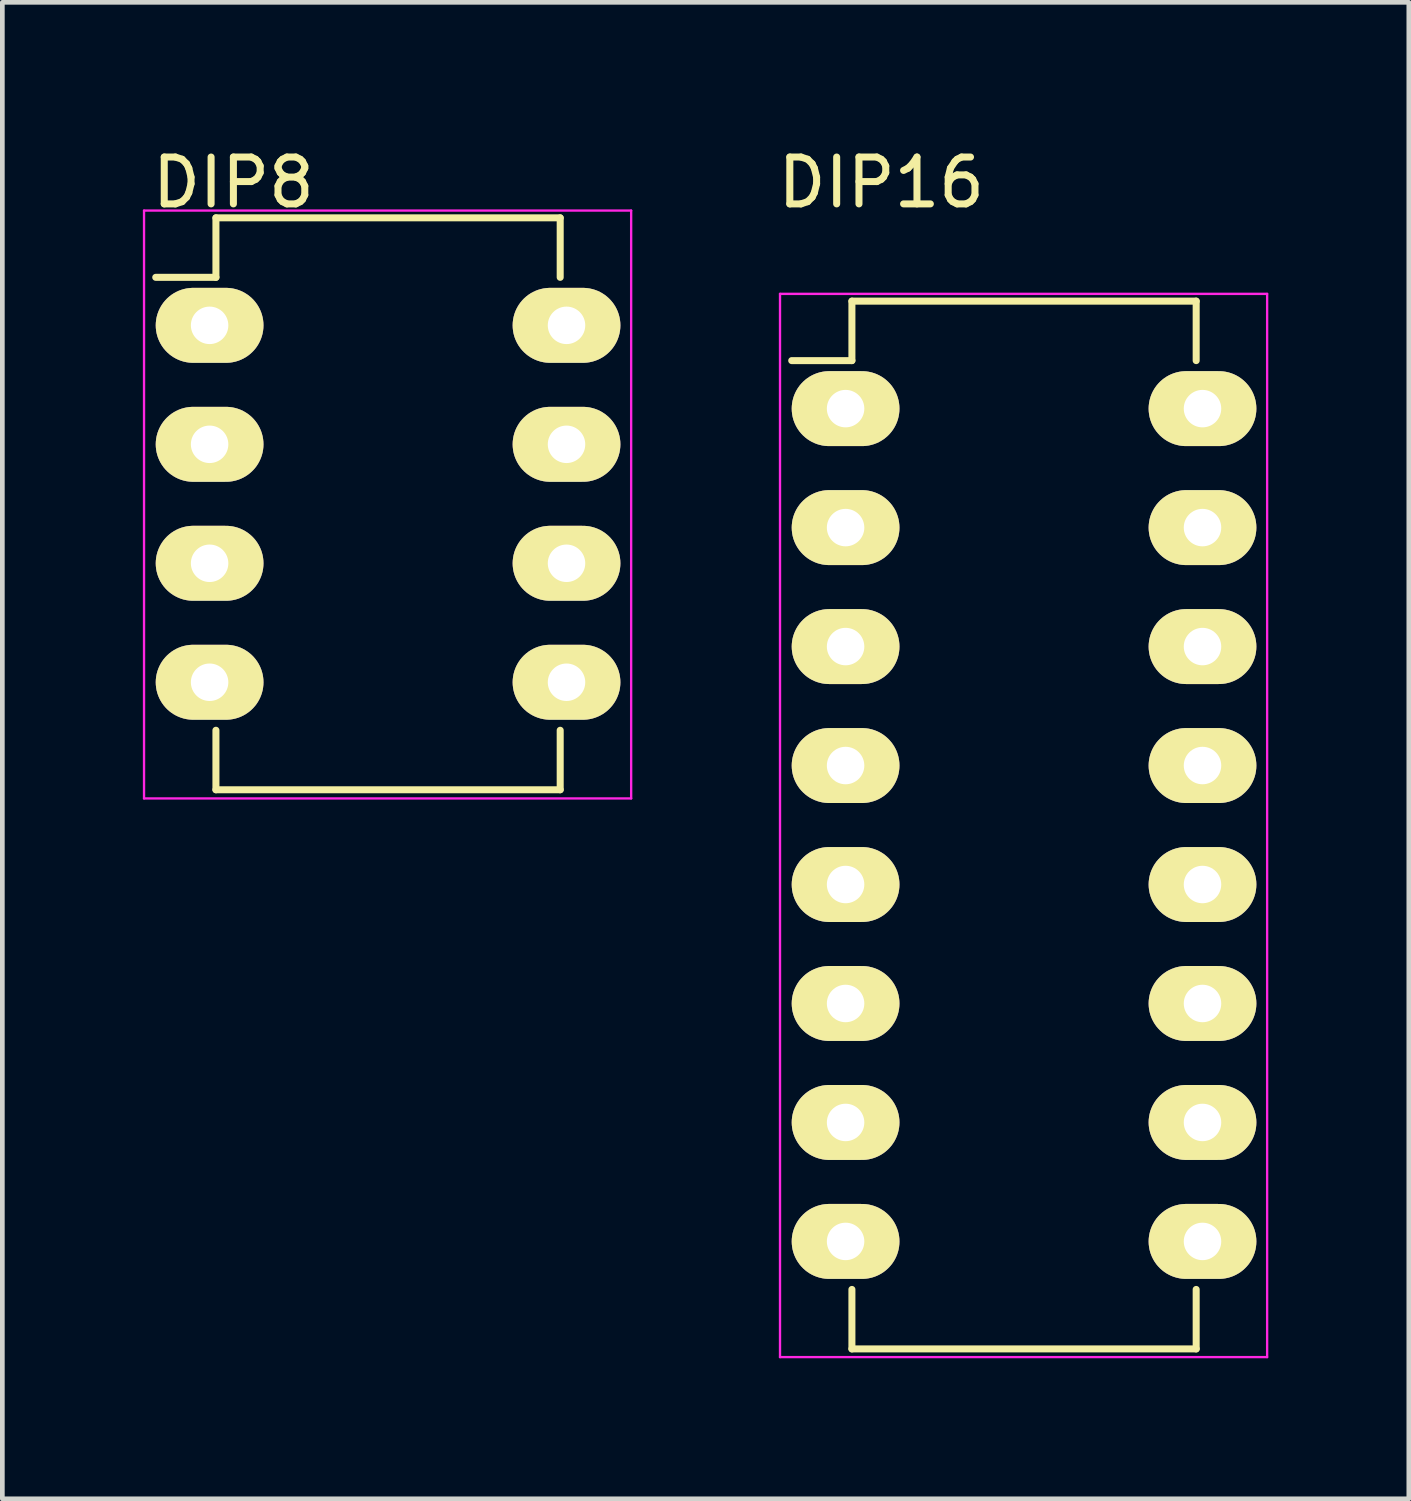
<source format=kicad_pcb>
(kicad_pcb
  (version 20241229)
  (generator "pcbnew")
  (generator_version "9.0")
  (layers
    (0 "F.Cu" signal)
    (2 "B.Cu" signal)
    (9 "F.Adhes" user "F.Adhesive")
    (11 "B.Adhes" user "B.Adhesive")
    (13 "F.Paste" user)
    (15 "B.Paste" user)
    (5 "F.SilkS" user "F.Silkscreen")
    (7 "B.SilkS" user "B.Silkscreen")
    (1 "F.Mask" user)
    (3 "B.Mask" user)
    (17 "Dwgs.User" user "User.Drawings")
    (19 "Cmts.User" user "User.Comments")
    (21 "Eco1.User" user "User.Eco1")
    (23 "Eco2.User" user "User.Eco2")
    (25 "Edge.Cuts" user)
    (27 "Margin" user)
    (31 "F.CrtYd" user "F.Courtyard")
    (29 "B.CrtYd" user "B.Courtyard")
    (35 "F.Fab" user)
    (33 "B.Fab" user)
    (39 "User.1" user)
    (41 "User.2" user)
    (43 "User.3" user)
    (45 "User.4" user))
  (footprint "DIP8"
    (layer "F.Cu")
    (at 1.425 3.896)
    (property "Reference" "DIP8" (at 0.508 -3.048 0) (layer "F.SilkS") (effects (font (size 1 1) (thickness 0.15))))
    (attr through_hole)
    (fp_line (start 0.135 -2.295) (end 0.135 -1.025) (stroke (width 0.15) (type solid)) (layer "F.SilkS"))
    (fp_line (start 0.135 -2.295) (end 7.485 -2.295) (stroke (width 0.15) (type solid)) (layer "F.SilkS"))
    (fp_line (start 0.135 -1.025) (end -1.15 -1.025) (stroke (width 0.15) (type solid)) (layer "F.SilkS"))
    (fp_line (start 0.135 9.915) (end 0.135 8.645) (stroke (width 0.15) (type solid)) (layer "F.SilkS"))
    (fp_line (start 0.135 9.915) (end 7.485 9.915) (stroke (width 0.15) (type solid)) (layer "F.SilkS"))
    (fp_line (start 7.485 -2.295) (end 7.485 -1.025) (stroke (width 0.15) (type solid)) (layer "F.SilkS"))
    (fp_line (start 7.485 9.915) (end 7.485 8.645) (stroke (width 0.15) (type solid)) (layer "F.SilkS"))
    (fp_line (start -1.4 -2.45) (end -1.4 10.1) (stroke (width 0.05) (type solid)) (layer "F.CrtYd"))
    (fp_line (start -1.4 -2.45) (end 9 -2.45) (stroke (width 0.05) (type solid)) (layer "F.CrtYd"))
    (fp_line (start -1.4 10.1) (end 9 10.1) (stroke (width 0.05) (type solid)) (layer "F.CrtYd"))
    (fp_line (start 9 -2.45) (end 9 10.1) (stroke (width 0.05) (type solid)) (layer "F.CrtYd"))
    (pad "1" thru_hole oval (at 0 0) (size 2.3 1.6) (drill 0.8) (layers "*.Cu" "*.Mask" "F.SilkS"))
    (pad "2" thru_hole oval (at 0 2.54) (size 2.3 1.6) (drill 0.8) (layers "*.Cu" "*.Mask" "F.SilkS"))
    (pad "3" thru_hole oval (at 0 5.08) (size 2.3 1.6) (drill 0.8) (layers "*.Cu" "*.Mask" "F.SilkS"))
    (pad "4" thru_hole oval (at 0 7.62) (size 2.3 1.6) (drill 0.8) (layers "*.Cu" "*.Mask" "F.SilkS"))
    (pad "5" thru_hole oval (at 7.62 7.62) (size 2.3 1.6) (drill 0.8) (layers "*.Cu" "*.Mask" "F.SilkS"))
    (pad "6" thru_hole oval (at 7.62 5.08) (size 2.3 1.6) (drill 0.8) (layers "*.Cu" "*.Mask" "F.SilkS"))
    (pad "7" thru_hole oval (at 7.62 2.54) (size 2.3 1.6) (drill 0.8) (layers "*.Cu" "*.Mask" "F.SilkS"))
    (pad "8" thru_hole oval (at 7.62 0) (size 2.3 1.6) (drill 0.8) (layers "*.Cu" "*.Mask" "F.SilkS")))
  (footprint "DIP16"
    (layer "F.Cu")
    (at 15.003 5.674)
    (property "Reference" "DIP16" (at 0.762 -4.826 0) (layer "F.SilkS") (effects (font (size 1 1) (thickness 0.15))))
    (attr through_hole)
    (fp_line (start 0.135 -2.295) (end 0.135 -1.025) (stroke (width 0.15) (type solid)) (layer "F.SilkS"))
    (fp_line (start 0.135 -2.295) (end 7.485 -2.295) (stroke (width 0.15) (type solid)) (layer "F.SilkS"))
    (fp_line (start 0.135 -1.025) (end -1.15 -1.025) (stroke (width 0.15) (type solid)) (layer "F.SilkS"))
    (fp_line (start 0.135 20.075) (end 0.135 18.805) (stroke (width 0.15) (type solid)) (layer "F.SilkS"))
    (fp_line (start 0.135 20.075) (end 7.485 20.075) (stroke (width 0.15) (type solid)) (layer "F.SilkS"))
    (fp_line (start 7.485 -2.295) (end 7.485 -1.025) (stroke (width 0.15) (type solid)) (layer "F.SilkS"))
    (fp_line (start 7.485 20.075) (end 7.485 18.805) (stroke (width 0.15) (type solid)) (layer "F.SilkS"))
    (fp_line (start -1.4 -2.45) (end -1.4 20.25) (stroke (width 0.05) (type solid)) (layer "F.CrtYd"))
    (fp_line (start -1.4 -2.45) (end 9 -2.45) (stroke (width 0.05) (type solid)) (layer "F.CrtYd"))
    (fp_line (start -1.4 20.25) (end 9 20.25) (stroke (width 0.05) (type solid)) (layer "F.CrtYd"))
    (fp_line (start 9 -2.45) (end 9 20.25) (stroke (width 0.05) (type solid)) (layer "F.CrtYd"))
    (pad "1" thru_hole oval (at 0 0) (size 2.3 1.6) (drill 0.8) (layers "*.Cu" "*.Mask" "F.SilkS"))
    (pad "2" thru_hole oval (at 0 2.54) (size 2.3 1.6) (drill 0.8) (layers "*.Cu" "*.Mask" "F.SilkS"))
    (pad "3" thru_hole oval (at 0 5.08) (size 2.3 1.6) (drill 0.8) (layers "*.Cu" "*.Mask" "F.SilkS"))
    (pad "4" thru_hole oval (at 0 7.62) (size 2.3 1.6) (drill 0.8) (layers "*.Cu" "*.Mask" "F.SilkS"))
    (pad "5" thru_hole oval (at 0 10.16) (size 2.3 1.6) (drill 0.8) (layers "*.Cu" "*.Mask" "F.SilkS"))
    (pad "6" thru_hole oval (at 0 12.7) (size 2.3 1.6) (drill 0.8) (layers "*.Cu" "*.Mask" "F.SilkS"))
    (pad "7" thru_hole oval (at 0 15.24) (size 2.3 1.6) (drill 0.8) (layers "*.Cu" "*.Mask" "F.SilkS"))
    (pad "8" thru_hole oval (at 0 17.78) (size 2.3 1.6) (drill 0.8) (layers "*.Cu" "*.Mask" "F.SilkS"))
    (pad "9" thru_hole oval (at 7.62 17.78) (size 2.3 1.6) (drill 0.8) (layers "*.Cu" "*.Mask" "F.SilkS"))
    (pad "10" thru_hole oval (at 7.62 15.24) (size 2.3 1.6) (drill 0.8) (layers "*.Cu" "*.Mask" "F.SilkS"))
    (pad "11" thru_hole oval (at 7.62 12.7) (size 2.3 1.6) (drill 0.8) (layers "*.Cu" "*.Mask" "F.SilkS"))
    (pad "12" thru_hole oval (at 7.62 10.16) (size 2.3 1.6) (drill 0.8) (layers "*.Cu" "*.Mask" "F.SilkS"))
    (pad "13" thru_hole oval (at 7.62 7.62) (size 2.3 1.6) (drill 0.8) (layers "*.Cu" "*.Mask" "F.SilkS"))
    (pad "14" thru_hole oval (at 7.62 5.08) (size 2.3 1.6) (drill 0.8) (layers "*.Cu" "*.Mask" "F.SilkS"))
    (pad "15" thru_hole oval (at 7.62 2.54) (size 2.3 1.6) (drill 0.8) (layers "*.Cu" "*.Mask" "F.SilkS"))
    (pad "16" thru_hole oval (at 7.62 0) (size 2.3 1.6) (drill 0.8) (layers "*.Cu" "*.Mask" "F.SilkS")))
  (gr_rect
    (start -3 -3)
    (end 27.028 28.949)
    (stroke (width 0.1) (type default))
    (fill no)
    (layer "Edge.Cuts")))
</source>
